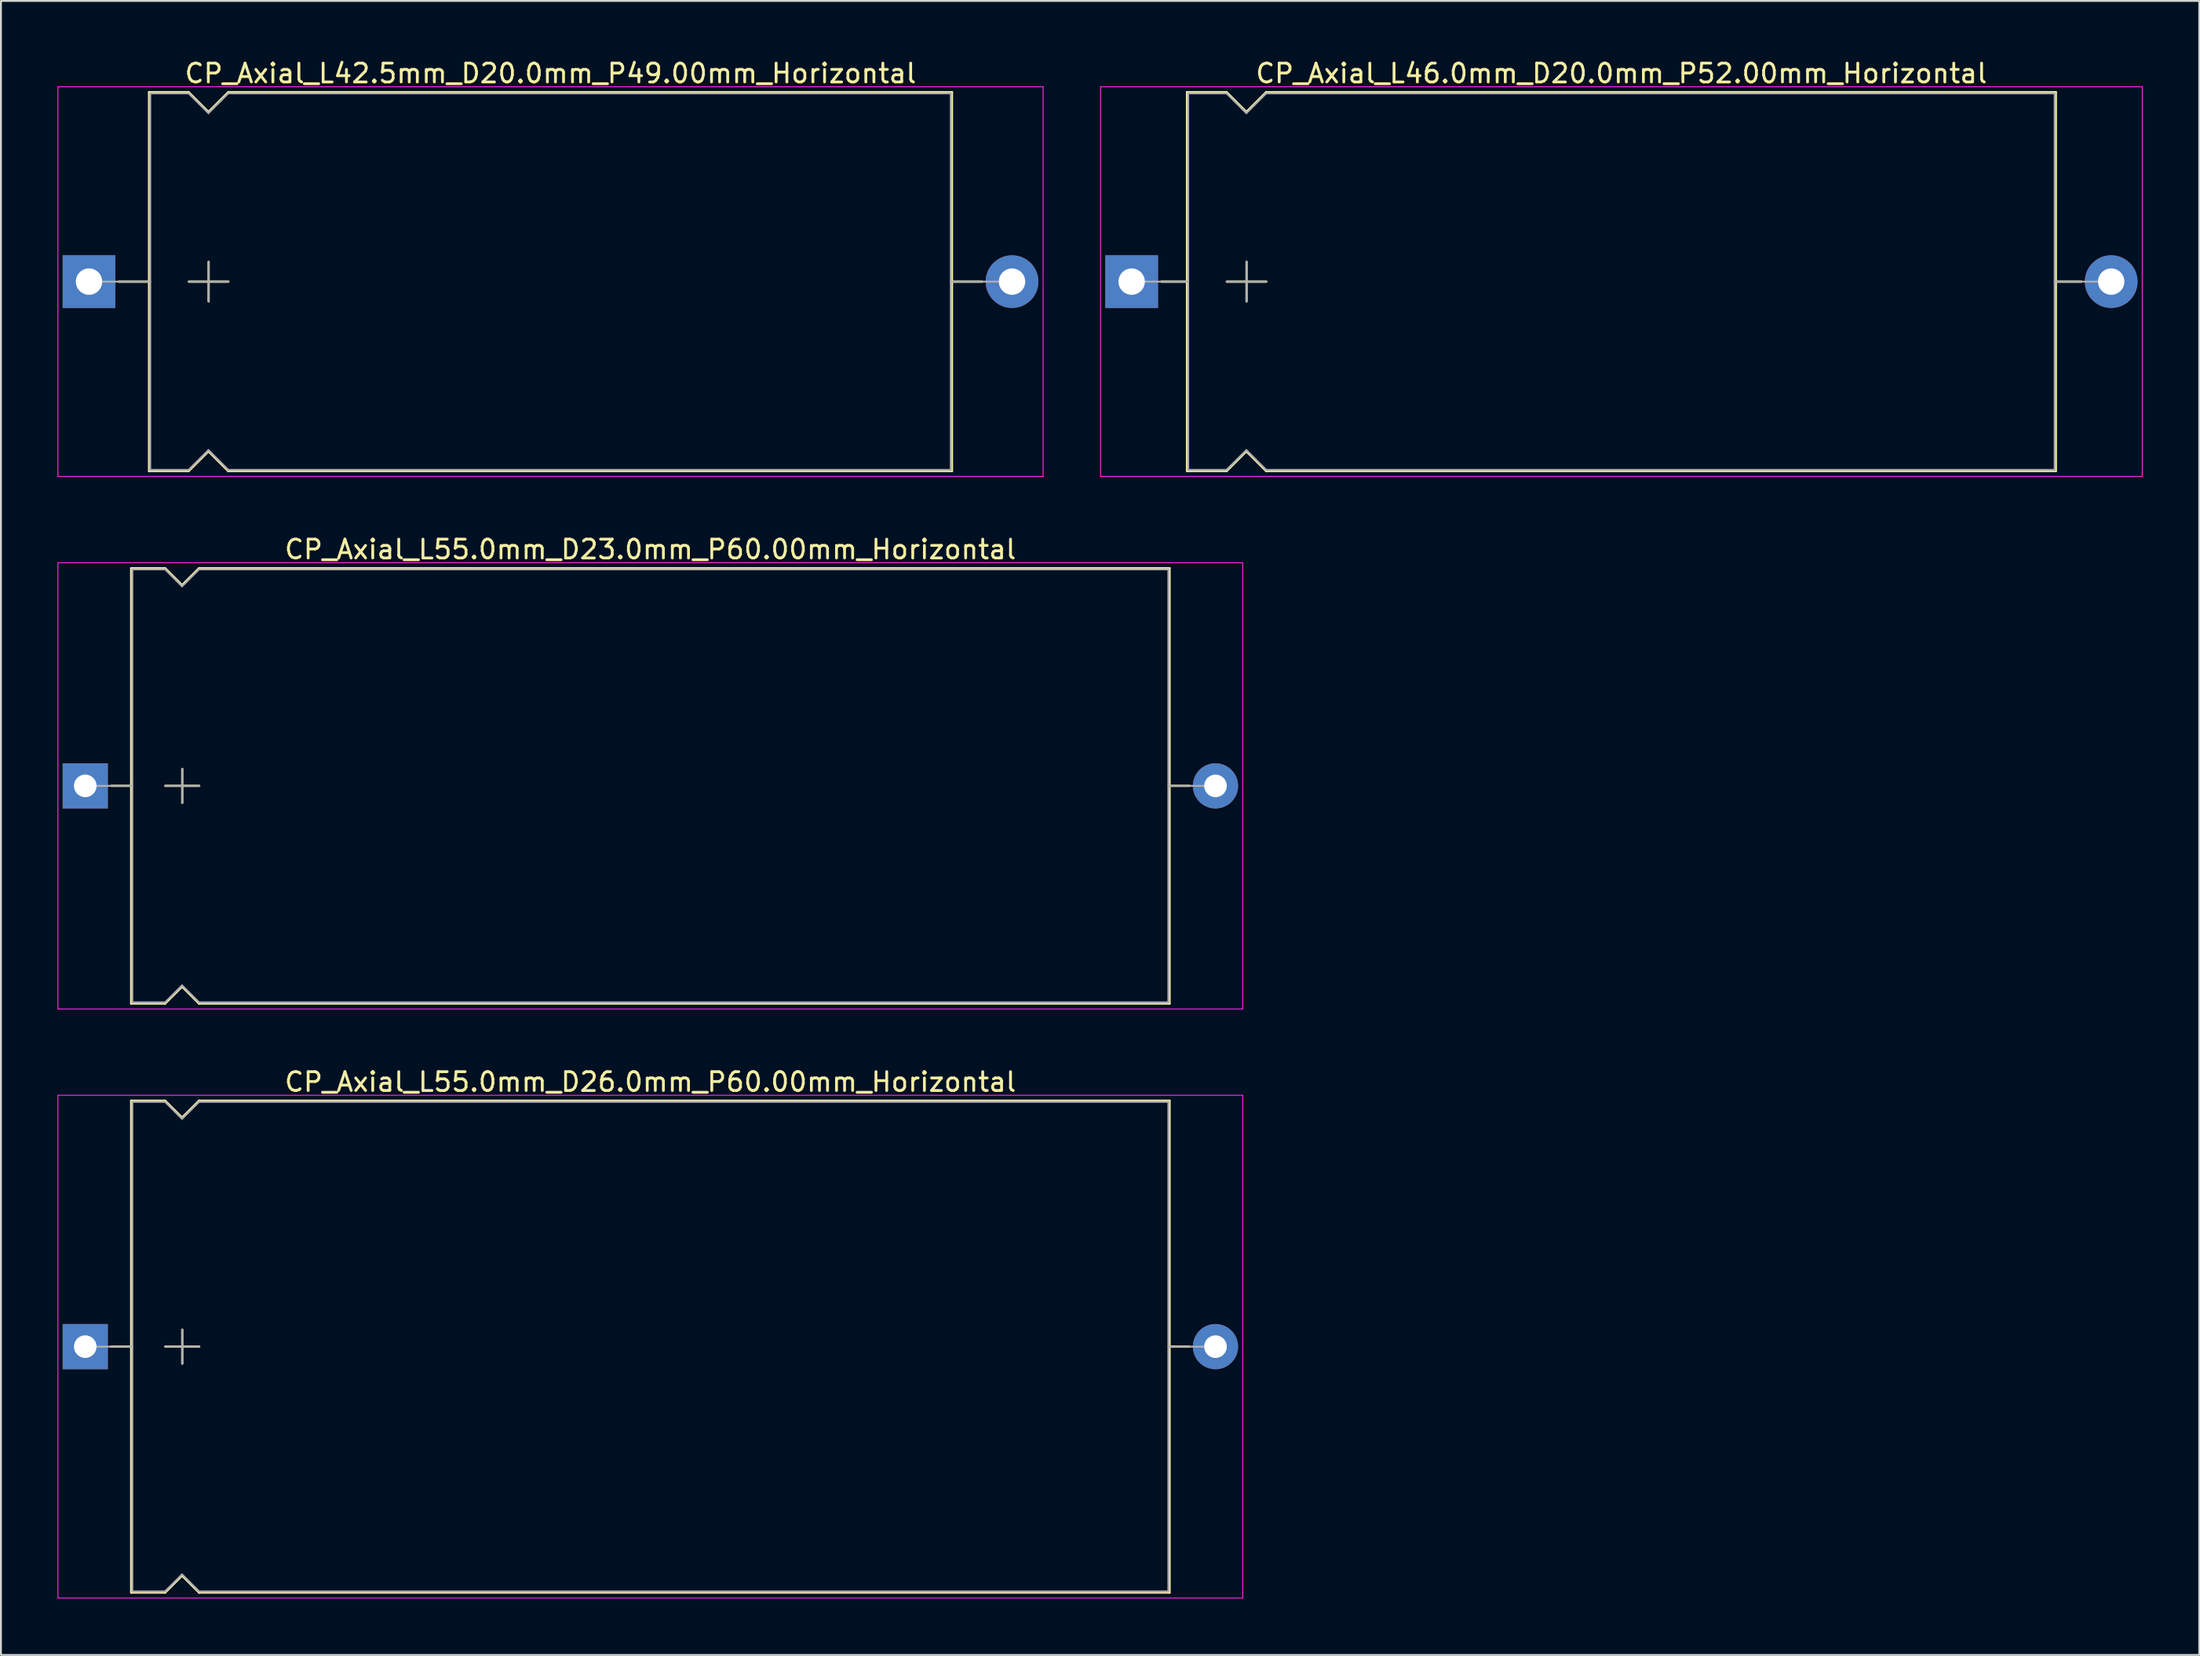
<source format=kicad_pcb>
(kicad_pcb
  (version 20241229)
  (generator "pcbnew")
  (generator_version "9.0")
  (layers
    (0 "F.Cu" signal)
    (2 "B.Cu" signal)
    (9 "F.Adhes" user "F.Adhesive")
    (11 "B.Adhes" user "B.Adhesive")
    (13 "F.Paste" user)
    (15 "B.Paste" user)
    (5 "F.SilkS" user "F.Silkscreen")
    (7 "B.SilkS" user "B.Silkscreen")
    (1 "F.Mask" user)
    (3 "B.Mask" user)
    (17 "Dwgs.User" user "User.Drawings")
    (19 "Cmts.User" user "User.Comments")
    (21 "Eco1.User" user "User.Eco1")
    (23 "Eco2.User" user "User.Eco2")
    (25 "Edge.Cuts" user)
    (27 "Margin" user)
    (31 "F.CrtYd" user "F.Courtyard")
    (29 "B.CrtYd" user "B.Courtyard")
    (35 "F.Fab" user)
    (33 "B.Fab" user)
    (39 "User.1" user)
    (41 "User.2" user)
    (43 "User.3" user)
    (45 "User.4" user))
  (footprint "CP_Axial_L55.0mm_D23.0mm_P60.00mm_Horizontal"
    (layer "F.Cu")
    (at 1.475 38.691)
    (property "Reference" "CP_Axial_L55.0mm_D23.0mm_P60.00mm_Horizontal" (at 30 -12.56 0) (layer "F.SilkS") (effects (font (size 1 1) (thickness 0.15))))
    (attr through_hole)
    (fp_line (start 1.38 0) (end 2.44 0) (stroke (width 0.12) (type solid)) (layer "F.SilkS"))
    (fp_line (start 2.44 -11.56) (end 2.44 11.56) (stroke (width 0.12) (type solid)) (layer "F.SilkS"))
    (fp_line (start 2.44 -11.56) (end 4.24 -11.56) (stroke (width 0.12) (type solid)) (layer "F.SilkS"))
    (fp_line (start 2.44 11.56) (end 4.24 11.56) (stroke (width 0.12) (type solid)) (layer "F.SilkS"))
    (fp_line (start 4.24 -11.56) (end 5.14 -10.66) (stroke (width 0.12) (type solid)) (layer "F.SilkS"))
    (fp_line (start 4.24 11.56) (end 5.14 10.66) (stroke (width 0.12) (type solid)) (layer "F.SilkS"))
    (fp_line (start 4.25 0) (end 6.05 0) (stroke (width 0.12) (type solid)) (layer "F.SilkS"))
    (fp_line (start 5.14 -10.66) (end 6.04 -11.56) (stroke (width 0.12) (type solid)) (layer "F.SilkS"))
    (fp_line (start 5.14 10.66) (end 6.04 11.56) (stroke (width 0.12) (type solid)) (layer "F.SilkS"))
    (fp_line (start 5.15 -0.9) (end 5.15 0.9) (stroke (width 0.12) (type solid)) (layer "F.SilkS"))
    (fp_line (start 6.04 -11.56) (end 57.56 -11.56) (stroke (width 0.12) (type solid)) (layer "F.SilkS"))
    (fp_line (start 6.04 11.56) (end 57.56 11.56) (stroke (width 0.12) (type solid)) (layer "F.SilkS"))
    (fp_line (start 57.56 -11.56) (end 57.56 11.56) (stroke (width 0.12) (type solid)) (layer "F.SilkS"))
    (fp_line (start 58.62 0) (end 57.56 0) (stroke (width 0.12) (type solid)) (layer "F.SilkS"))
    (fp_line (start -1.45 -11.85) (end -1.45 11.85) (stroke (width 0.05) (type solid)) (layer "F.CrtYd"))
    (fp_line (start -1.45 11.85) (end 61.45 11.85) (stroke (width 0.05) (type solid)) (layer "F.CrtYd"))
    (fp_line (start 61.45 -11.85) (end -1.45 -11.85) (stroke (width 0.05) (type solid)) (layer "F.CrtYd"))
    (fp_line (start 61.45 11.85) (end 61.45 -11.85) (stroke (width 0.05) (type solid)) (layer "F.CrtYd"))
    (fp_line (start 0 0) (end 2.5 0) (stroke (width 0.1) (type solid)) (layer "F.Fab"))
    (fp_line (start 2.5 -11.5) (end 2.5 11.5) (stroke (width 0.1) (type solid)) (layer "F.Fab"))
    (fp_line (start 2.5 -11.5) (end 4.24 -11.5) (stroke (width 0.1) (type solid)) (layer "F.Fab"))
    (fp_line (start 2.5 11.5) (end 4.24 11.5) (stroke (width 0.1) (type solid)) (layer "F.Fab"))
    (fp_line (start 4.24 -11.5) (end 5.14 -10.6) (stroke (width 0.1) (type solid)) (layer "F.Fab"))
    (fp_line (start 4.24 11.5) (end 5.14 10.6) (stroke (width 0.1) (type solid)) (layer "F.Fab"))
    (fp_line (start 4.25 0) (end 6.05 0) (stroke (width 0.1) (type solid)) (layer "F.Fab"))
    (fp_line (start 5.14 -10.6) (end 6.04 -11.5) (stroke (width 0.1) (type solid)) (layer "F.Fab"))
    (fp_line (start 5.14 10.6) (end 6.04 11.5) (stroke (width 0.1) (type solid)) (layer "F.Fab"))
    (fp_line (start 5.15 -0.9) (end 5.15 0.9) (stroke (width 0.1) (type solid)) (layer "F.Fab"))
    (fp_line (start 6.04 -11.5) (end 57.5 -11.5) (stroke (width 0.1) (type solid)) (layer "F.Fab"))
    (fp_line (start 6.04 11.5) (end 57.5 11.5) (stroke (width 0.1) (type solid)) (layer "F.Fab"))
    (fp_line (start 57.5 -11.5) (end 57.5 11.5) (stroke (width 0.1) (type solid)) (layer "F.Fab"))
    (fp_line (start 60 0) (end 57.5 0) (stroke (width 0.1) (type solid)) (layer "F.Fab"))
    (pad "1" thru_hole rect (at 0 0) (size 2.4 2.4) (drill 1.2) (layers "*.Cu" "*.Mask"))
    (pad "2" thru_hole oval (at 60 0) (size 2.4 2.4) (drill 1.2) (layers "*.Cu" "*.Mask")))
  (footprint "CP_Axial_L46.0mm_D20.0mm_P52.00mm_Horizontal"
    (layer "F.Cu")
    (at 57.025 11.908)
    (property "Reference" "CP_Axial_L46.0mm_D20.0mm_P52.00mm_Horizontal" (at 26 -11.06 0) (layer "F.SilkS") (effects (font (size 1 1) (thickness 0.15))))
    (attr through_hole)
    (fp_line (start 1.58 0) (end 2.94 0) (stroke (width 0.12) (type solid)) (layer "F.SilkS"))
    (fp_line (start 2.94 -10.06) (end 2.94 10.06) (stroke (width 0.12) (type solid)) (layer "F.SilkS"))
    (fp_line (start 2.94 -10.06) (end 5.04 -10.06) (stroke (width 0.12) (type solid)) (layer "F.SilkS"))
    (fp_line (start 2.94 10.06) (end 5.04 10.06) (stroke (width 0.12) (type solid)) (layer "F.SilkS"))
    (fp_line (start 5.04 -10.06) (end 6.09 -9.01) (stroke (width 0.12) (type solid)) (layer "F.SilkS"))
    (fp_line (start 5.04 10.06) (end 6.09 9.01) (stroke (width 0.12) (type solid)) (layer "F.SilkS"))
    (fp_line (start 5.05 0) (end 7.15 0) (stroke (width 0.12) (type solid)) (layer "F.SilkS"))
    (fp_line (start 6.09 -9.01) (end 7.14 -10.06) (stroke (width 0.12) (type solid)) (layer "F.SilkS"))
    (fp_line (start 6.09 9.01) (end 7.14 10.06) (stroke (width 0.12) (type solid)) (layer "F.SilkS"))
    (fp_line (start 6.1 -1.05) (end 6.1 1.05) (stroke (width 0.12) (type solid)) (layer "F.SilkS"))
    (fp_line (start 7.14 -10.06) (end 49.06 -10.06) (stroke (width 0.12) (type solid)) (layer "F.SilkS"))
    (fp_line (start 7.14 10.06) (end 49.06 10.06) (stroke (width 0.12) (type solid)) (layer "F.SilkS"))
    (fp_line (start 49.06 -10.06) (end 49.06 10.06) (stroke (width 0.12) (type solid)) (layer "F.SilkS"))
    (fp_line (start 50.42 0) (end 49.06 0) (stroke (width 0.12) (type solid)) (layer "F.SilkS"))
    (fp_line (start -1.65 -10.35) (end -1.65 10.35) (stroke (width 0.05) (type solid)) (layer "F.CrtYd"))
    (fp_line (start -1.65 10.35) (end 53.65 10.35) (stroke (width 0.05) (type solid)) (layer "F.CrtYd"))
    (fp_line (start 53.65 -10.35) (end -1.65 -10.35) (stroke (width 0.05) (type solid)) (layer "F.CrtYd"))
    (fp_line (start 53.65 10.35) (end 53.65 -10.35) (stroke (width 0.05) (type solid)) (layer "F.CrtYd"))
    (fp_line (start 0 0) (end 3 0) (stroke (width 0.1) (type solid)) (layer "F.Fab"))
    (fp_line (start 3 -10) (end 3 10) (stroke (width 0.1) (type solid)) (layer "F.Fab"))
    (fp_line (start 3 -10) (end 5.04 -10) (stroke (width 0.1) (type solid)) (layer "F.Fab"))
    (fp_line (start 3 10) (end 5.04 10) (stroke (width 0.1) (type solid)) (layer "F.Fab"))
    (fp_line (start 5.04 -10) (end 6.09 -8.95) (stroke (width 0.1) (type solid)) (layer "F.Fab"))
    (fp_line (start 5.04 10) (end 6.09 8.95) (stroke (width 0.1) (type solid)) (layer "F.Fab"))
    (fp_line (start 5.05 0) (end 7.15 0) (stroke (width 0.1) (type solid)) (layer "F.Fab"))
    (fp_line (start 6.09 -8.95) (end 7.14 -10) (stroke (width 0.1) (type solid)) (layer "F.Fab"))
    (fp_line (start 6.09 8.95) (end 7.14 10) (stroke (width 0.1) (type solid)) (layer "F.Fab"))
    (fp_line (start 6.1 -1.05) (end 6.1 1.05) (stroke (width 0.1) (type solid)) (layer "F.Fab"))
    (fp_line (start 7.14 -10) (end 49 -10) (stroke (width 0.1) (type solid)) (layer "F.Fab"))
    (fp_line (start 7.14 10) (end 49 10) (stroke (width 0.1) (type solid)) (layer "F.Fab"))
    (fp_line (start 49 -10) (end 49 10) (stroke (width 0.1) (type solid)) (layer "F.Fab"))
    (fp_line (start 52 0) (end 49 0) (stroke (width 0.1) (type solid)) (layer "F.Fab"))
    (pad "1" thru_hole rect (at 0 0) (size 2.8 2.8) (drill 1.4) (layers "*.Cu" "*.Mask"))
    (pad "2" thru_hole oval (at 52 0) (size 2.8 2.8) (drill 1.4) (layers "*.Cu" "*.Mask")))
  (footprint "CP_Axial_L42.5mm_D20.0mm_P49.00mm_Horizontal"
    (layer "F.Cu")
    (at 1.675 11.908)
    (property "Reference" "CP_Axial_L42.5mm_D20.0mm_P49.00mm_Horizontal" (at 24.5 -11.06 0) (layer "F.SilkS") (effects (font (size 1 1) (thickness 0.15))))
    (attr through_hole)
    (fp_line (start 1.58 0) (end 3.19 0) (stroke (width 0.12) (type solid)) (layer "F.SilkS"))
    (fp_line (start 3.19 -10.06) (end 3.19 10.06) (stroke (width 0.12) (type solid)) (layer "F.SilkS"))
    (fp_line (start 3.19 -10.06) (end 5.29 -10.06) (stroke (width 0.12) (type solid)) (layer "F.SilkS"))
    (fp_line (start 3.19 10.06) (end 5.29 10.06) (stroke (width 0.12) (type solid)) (layer "F.SilkS"))
    (fp_line (start 5.29 -10.06) (end 6.34 -9.01) (stroke (width 0.12) (type solid)) (layer "F.SilkS"))
    (fp_line (start 5.29 10.06) (end 6.34 9.01) (stroke (width 0.12) (type solid)) (layer "F.SilkS"))
    (fp_line (start 5.3 0) (end 7.4 0) (stroke (width 0.12) (type solid)) (layer "F.SilkS"))
    (fp_line (start 6.34 -9.01) (end 7.39 -10.06) (stroke (width 0.12) (type solid)) (layer "F.SilkS"))
    (fp_line (start 6.34 9.01) (end 7.39 10.06) (stroke (width 0.12) (type solid)) (layer "F.SilkS"))
    (fp_line (start 6.35 -1.05) (end 6.35 1.05) (stroke (width 0.12) (type solid)) (layer "F.SilkS"))
    (fp_line (start 7.39 -10.06) (end 45.81 -10.06) (stroke (width 0.12) (type solid)) (layer "F.SilkS"))
    (fp_line (start 7.39 10.06) (end 45.81 10.06) (stroke (width 0.12) (type solid)) (layer "F.SilkS"))
    (fp_line (start 45.81 -10.06) (end 45.81 10.06) (stroke (width 0.12) (type solid)) (layer "F.SilkS"))
    (fp_line (start 47.42 0) (end 45.81 0) (stroke (width 0.12) (type solid)) (layer "F.SilkS"))
    (fp_line (start -1.65 -10.35) (end -1.65 10.35) (stroke (width 0.05) (type solid)) (layer "F.CrtYd"))
    (fp_line (start -1.65 10.35) (end 50.65 10.35) (stroke (width 0.05) (type solid)) (layer "F.CrtYd"))
    (fp_line (start 50.65 -10.35) (end -1.65 -10.35) (stroke (width 0.05) (type solid)) (layer "F.CrtYd"))
    (fp_line (start 50.65 10.35) (end 50.65 -10.35) (stroke (width 0.05) (type solid)) (layer "F.CrtYd"))
    (fp_line (start 0 0) (end 3.25 0) (stroke (width 0.1) (type solid)) (layer "F.Fab"))
    (fp_line (start 3.25 -10) (end 3.25 10) (stroke (width 0.1) (type solid)) (layer "F.Fab"))
    (fp_line (start 3.25 -10) (end 5.29 -10) (stroke (width 0.1) (type solid)) (layer "F.Fab"))
    (fp_line (start 3.25 10) (end 5.29 10) (stroke (width 0.1) (type solid)) (layer "F.Fab"))
    (fp_line (start 5.29 -10) (end 6.34 -8.95) (stroke (width 0.1) (type solid)) (layer "F.Fab"))
    (fp_line (start 5.29 10) (end 6.34 8.95) (stroke (width 0.1) (type solid)) (layer "F.Fab"))
    (fp_line (start 5.3 0) (end 7.4 0) (stroke (width 0.1) (type solid)) (layer "F.Fab"))
    (fp_line (start 6.34 -8.95) (end 7.39 -10) (stroke (width 0.1) (type solid)) (layer "F.Fab"))
    (fp_line (start 6.34 8.95) (end 7.39 10) (stroke (width 0.1) (type solid)) (layer "F.Fab"))
    (fp_line (start 6.35 -1.05) (end 6.35 1.05) (stroke (width 0.1) (type solid)) (layer "F.Fab"))
    (fp_line (start 7.39 -10) (end 45.75 -10) (stroke (width 0.1) (type solid)) (layer "F.Fab"))
    (fp_line (start 7.39 10) (end 45.75 10) (stroke (width 0.1) (type solid)) (layer "F.Fab"))
    (fp_line (start 45.75 -10) (end 45.75 10) (stroke (width 0.1) (type solid)) (layer "F.Fab"))
    (fp_line (start 49 0) (end 45.75 0) (stroke (width 0.1) (type solid)) (layer "F.Fab"))
    (pad "1" thru_hole rect (at 0 0) (size 2.8 2.8) (drill 1.4) (layers "*.Cu" "*.Mask"))
    (pad "2" thru_hole oval (at 49 0) (size 2.8 2.8) (drill 1.4) (layers "*.Cu" "*.Mask")))
  (footprint "CP_Axial_L55.0mm_D26.0mm_P60.00mm_Horizontal"
    (layer "F.Cu")
    (at 1.475 68.475)
    (property "Reference" "CP_Axial_L55.0mm_D26.0mm_P60.00mm_Horizontal" (at 30 -14.06 0) (layer "F.SilkS") (effects (font (size 1 1) (thickness 0.15))))
    (attr through_hole)
    (fp_line (start 1.38 0) (end 2.44 0) (stroke (width 0.12) (type solid)) (layer "F.SilkS"))
    (fp_line (start 2.44 -13.06) (end 2.44 13.06) (stroke (width 0.12) (type solid)) (layer "F.SilkS"))
    (fp_line (start 2.44 -13.06) (end 4.24 -13.06) (stroke (width 0.12) (type solid)) (layer "F.SilkS"))
    (fp_line (start 2.44 13.06) (end 4.24 13.06) (stroke (width 0.12) (type solid)) (layer "F.SilkS"))
    (fp_line (start 4.24 -13.06) (end 5.14 -12.16) (stroke (width 0.12) (type solid)) (layer "F.SilkS"))
    (fp_line (start 4.24 13.06) (end 5.14 12.16) (stroke (width 0.12) (type solid)) (layer "F.SilkS"))
    (fp_line (start 4.25 0) (end 6.05 0) (stroke (width 0.12) (type solid)) (layer "F.SilkS"))
    (fp_line (start 5.14 -12.16) (end 6.04 -13.06) (stroke (width 0.12) (type solid)) (layer "F.SilkS"))
    (fp_line (start 5.14 12.16) (end 6.04 13.06) (stroke (width 0.12) (type solid)) (layer "F.SilkS"))
    (fp_line (start 5.15 -0.9) (end 5.15 0.9) (stroke (width 0.12) (type solid)) (layer "F.SilkS"))
    (fp_line (start 6.04 -13.06) (end 57.56 -13.06) (stroke (width 0.12) (type solid)) (layer "F.SilkS"))
    (fp_line (start 6.04 13.06) (end 57.56 13.06) (stroke (width 0.12) (type solid)) (layer "F.SilkS"))
    (fp_line (start 57.56 -13.06) (end 57.56 13.06) (stroke (width 0.12) (type solid)) (layer "F.SilkS"))
    (fp_line (start 58.62 0) (end 57.56 0) (stroke (width 0.12) (type solid)) (layer "F.SilkS"))
    (fp_line (start -1.45 -13.35) (end -1.45 13.35) (stroke (width 0.05) (type solid)) (layer "F.CrtYd"))
    (fp_line (start -1.45 13.35) (end 61.45 13.35) (stroke (width 0.05) (type solid)) (layer "F.CrtYd"))
    (fp_line (start 61.45 -13.35) (end -1.45 -13.35) (stroke (width 0.05) (type solid)) (layer "F.CrtYd"))
    (fp_line (start 61.45 13.35) (end 61.45 -13.35) (stroke (width 0.05) (type solid)) (layer "F.CrtYd"))
    (fp_line (start 0 0) (end 2.5 0) (stroke (width 0.1) (type solid)) (layer "F.Fab"))
    (fp_line (start 2.5 -13) (end 2.5 13) (stroke (width 0.1) (type solid)) (layer "F.Fab"))
    (fp_line (start 2.5 -13) (end 4.24 -13) (stroke (width 0.1) (type solid)) (layer "F.Fab"))
    (fp_line (start 2.5 13) (end 4.24 13) (stroke (width 0.1) (type solid)) (layer "F.Fab"))
    (fp_line (start 4.24 -13) (end 5.14 -12.1) (stroke (width 0.1) (type solid)) (layer "F.Fab"))
    (fp_line (start 4.24 13) (end 5.14 12.1) (stroke (width 0.1) (type solid)) (layer "F.Fab"))
    (fp_line (start 4.25 0) (end 6.05 0) (stroke (width 0.1) (type solid)) (layer "F.Fab"))
    (fp_line (start 5.14 -12.1) (end 6.04 -13) (stroke (width 0.1) (type solid)) (layer "F.Fab"))
    (fp_line (start 5.14 12.1) (end 6.04 13) (stroke (width 0.1) (type solid)) (layer "F.Fab"))
    (fp_line (start 5.15 -0.9) (end 5.15 0.9) (stroke (width 0.1) (type solid)) (layer "F.Fab"))
    (fp_line (start 6.04 -13) (end 57.5 -13) (stroke (width 0.1) (type solid)) (layer "F.Fab"))
    (fp_line (start 6.04 13) (end 57.5 13) (stroke (width 0.1) (type solid)) (layer "F.Fab"))
    (fp_line (start 57.5 -13) (end 57.5 13) (stroke (width 0.1) (type solid)) (layer "F.Fab"))
    (fp_line (start 60 0) (end 57.5 0) (stroke (width 0.1) (type solid)) (layer "F.Fab"))
    (pad "1" thru_hole rect (at 0 0) (size 2.4 2.4) (drill 1.2) (layers "*.Cu" "*.Mask"))
    (pad "2" thru_hole oval (at 60 0) (size 2.4 2.4) (drill 1.2) (layers "*.Cu" "*.Mask")))
  (gr_rect
    (start -3 -3)
    (end 113.7 84.85)
    (stroke (width 0.1) (type default))
    (fill no)
    (layer "Edge.Cuts")))
</source>
